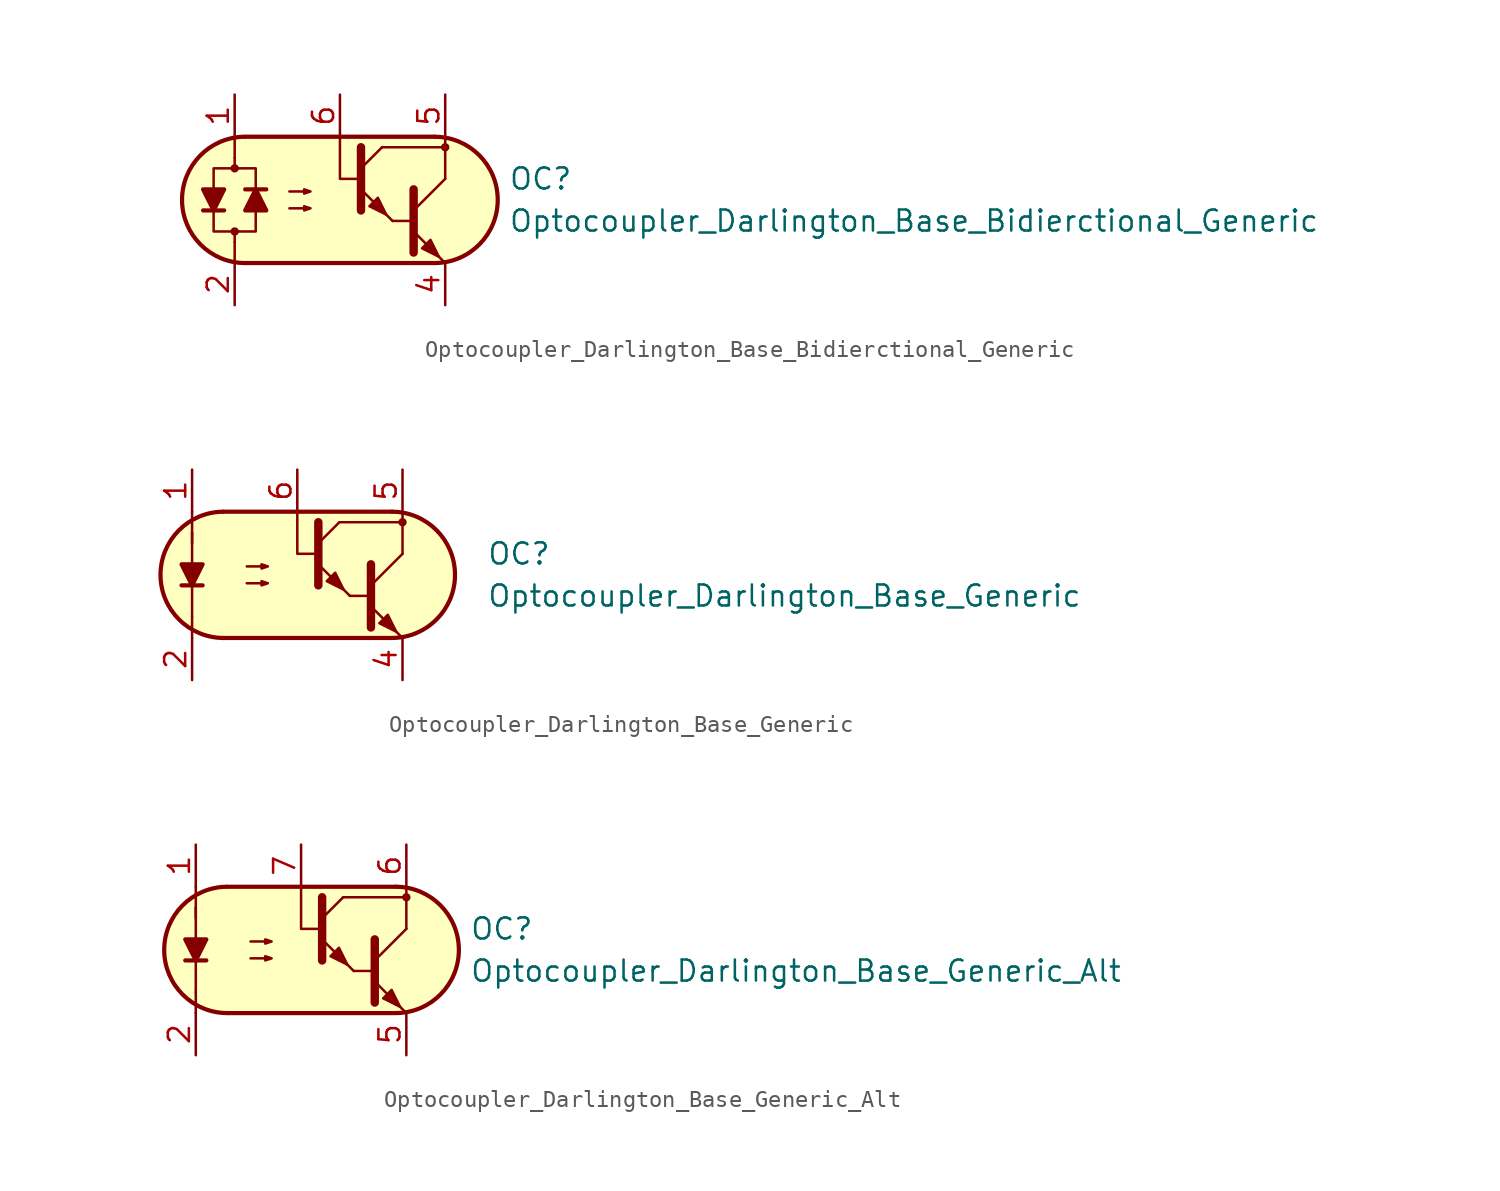
<source format=kicad_sym>
(kicad_symbol_lib
  (version 20231120)
  (generator "kicad_symbol_editor")
  (generator_version "8.0")
  (symbol "Optocoupler_Darlington_Base_Bidierctional_Generic"
    (pin_names
      (offset 1.016))
    (property "Reference" "OC"
      (at 10.16 1.27 0)
      (effects (font (size 1.27 1.27)) (justify left)))
    (property "Value" "Optocoupler_Darlington_Base_Bidierctional_Generic"
      (at 10.16 -1.27 0)
      (effects (font (size 1.27 1.27)) (justify left)))
    (symbol "Optocoupler_Darlington_Base_Bidierctional_Generic_0_1"
      (arc (start -5.7535 3.8099) (mid -9.5251 -0.016) (end -5.7216 -3.8101) (stroke (width 0.254) (type default)) (fill (type none)))
      (polyline (pts (xy -6.35 -2.54) (xy -6.35 -3.81)) (stroke (width 0.152) (type default)) (fill (type none)))
      (polyline (pts (xy -6.35 1.905) (xy -6.35 2.54)) (stroke (width 0.152) (type default)) (fill (type none)))
      (polyline (pts (xy -6.35 2.54) (xy -6.35 3.81)) (stroke (width 0.152) (type default)) (fill (type none)))
      (polyline (pts (xy -5.715 -3.81) (xy 5.715 -3.81)) (stroke (width 0.254) (type default)) (fill (type none)))
      (polyline (pts (xy 2.54 3.175) (xy 6.35 3.175)) (stroke (width 0.152) (type default)) (fill (type none)))
      (polyline (pts (xy 3.175 -1.27) (xy 4.445 -1.27)) (stroke (width 0) (type default)) (fill (type none)))
      (polyline (pts (xy 4.445 -0.635) (xy 6.35 1.27)) (stroke (width 0) (type default)) (fill (type none)))
      (polyline (pts (xy 5.715 3.81) (xy -5.715 3.81)) (stroke (width 0.254) (type default)) (fill (type none)))
      (polyline (pts (xy 6.35 -3.81) (xy 4.445 -1.905)) (stroke (width 0) (type default)) (fill (type outline)))
      (polyline (pts (xy 6.35 1.27) (xy 6.35 3.81)) (stroke (width 0.152) (type default)) (fill (type none)))
      (polyline (pts (xy 1.27 1.27) (xy 0 1.27) (xy 0 3.81)) (stroke (width 0.152) (type default)) (fill (type none)))
      (polyline (pts (xy 4.445 0.635) (xy 4.445 -3.175) (xy 4.445 -3.175)) (stroke (width 0.508) (type default)) (fill (type none)))
      (polyline (pts (xy -3.048 -0.508) (xy -1.778 -0.508) (xy -2.159 -0.635) (xy -2.159 -0.381) (xy -1.778 -0.508)) (stroke (width 0) (type default)) (fill (type none)))
      (polyline (pts (xy -3.048 0.508) (xy -1.778 0.508) (xy -2.159 0.381) (xy -2.159 0.635) (xy -1.778 0.508)) (stroke (width 0) (type default)) (fill (type none)))
      (polyline (pts (xy 4.953 -2.921) (xy 5.461 -2.413) (xy 5.969 -3.429) (xy 4.953 -2.921) (xy 4.953 -2.921)) (stroke (width 0) (type default)) (fill (type outline)))
      (polyline (pts (xy -6.35 -2.54) (xy -6.35 -1.905) (xy -7.62 -1.905) (xy -7.62 1.905) (xy -5.08 1.905) (xy -5.08 -1.905) (xy -6.35 -1.905)) (stroke (width 0.152) (type default)) (fill (type none)))
      (polyline (pts (xy 5.715 3.81) (xy -5.842 3.81) (xy -6.731 3.683) (xy -7.62 3.302) (xy -8.509 2.54) (xy -9.017 1.905) (xy -9.398 1.016) (xy -9.525 0) (xy -9.398 -1.016) (xy -9.017 -1.905) (xy -8.382 -2.667) (xy -7.747 -3.175) (xy -6.985 -3.556) (xy -6.096 -3.81) (xy 6.096 -3.81) (xy 7.112 -3.556) (xy 8.128 -2.921) (xy 8.89 -2.159) (xy 9.271 -1.397) (xy 9.525 -0.127) (xy 9.398 0.889) (xy 9.144 1.651) (xy 8.763 2.286) (xy 8.255 2.794) (xy 7.62 3.302) (xy 6.731 3.683) (xy 5.715 3.81)) (stroke (width 0.01) (type default)) (fill (type background)))
      (arc (start 5.7469 -3.81) (mid 9.5185 0.0159) (end 5.715 3.81) (stroke (width 0.254) (type default)) (fill (type none))))
    (symbol "Optocoupler_Darlington_Base_Bidierctional_Generic_1_1"
      (circle (center -6.35 -1.905) (radius 0.178) (stroke (width 0) (type default)) (fill (type outline)))
      (circle (center -6.35 1.905) (radius 0.178) (stroke (width 0) (type default)) (fill (type outline)))
      (polyline (pts (xy -8.255 -0.635) (xy -6.985 -0.635)) (stroke (width 0.254) (type default)) (fill (type none)))
      (polyline (pts (xy -4.445 0.635) (xy -5.715 0.635)) (stroke (width 0.254) (type default)) (fill (type none)))
      (polyline (pts (xy 1.27 1.905) (xy 2.54 3.175)) (stroke (width 0) (type default)) (fill (type none)))
      (polyline (pts (xy 3.175 -1.27) (xy 1.27 0.635)) (stroke (width 0) (type default)) (fill (type outline)))
      (polyline (pts (xy 1.27 3.175) (xy 1.27 -0.635) (xy 1.27 -0.635)) (stroke (width 0.508) (type default)) (fill (type none)))
      (polyline (pts (xy -7.62 -0.635) (xy -8.255 0.635) (xy -6.985 0.635) (xy -7.62 -0.635)) (stroke (width 0.254) (type default)) (fill (type outline)))
      (polyline (pts (xy -5.08 0.635) (xy -4.445 -0.635) (xy -5.715 -0.635) (xy -5.08 0.635)) (stroke (width 0.254) (type default)) (fill (type outline)))
      (polyline (pts (xy 1.778 -0.381) (xy 2.286 0.127) (xy 2.794 -0.889) (xy 1.778 -0.381) (xy 1.778 -0.381)) (stroke (width 0) (type default)) (fill (type outline)))
      (circle (center 6.35 3.175) (radius 0.178) (stroke (width 0) (type default)) (fill (type outline)))
      (pin passive line (at -6.35 6.35 270) (length 2.54) (name "~" (effects (font (size 1.27 1.27)))) (number "1" (effects (font (size 1.27 1.27)))))
      (pin passive line (at -6.35 -6.35 90) (length 2.54) (name "~" (effects (font (size 1.27 1.27)))) (number "2" (effects (font (size 1.27 1.27)))))
      (pin free line (at 0 0 0) (length 2.54) hide (name "NC" (effects (font (size 1.27 1.27)))) (number "3" (effects (font (size 1.27 1.27)))))
      (pin passive line (at 6.35 -6.35 90) (length 2.54) (name "~" (effects (font (size 1.27 1.27)))) (number "4" (effects (font (size 1.27 1.27)))))
      (pin passive line (at 6.35 6.35 270) (length 2.54) (name "~" (effects (font (size 1.27 1.27)))) (number "5" (effects (font (size 1.27 1.27)))))
      (pin passive line (at 0 6.35 270) (length 2.54) (name "~" (effects (font (size 1.27 1.27)))) (number "6" (effects (font (size 1.27 1.27)))))))
  (symbol "Optocoupler_Darlington_Base_Generic"
    (pin_names
      (offset 1.016))
    (property "Reference" "OC"
      (at 11.43 1.27 0)
      (effects (font (size 1.27 1.27)) (justify left)))
    (property "Value" "Optocoupler_Darlington_Base_Generic"
      (at 11.43 -1.27 0)
      (effects (font (size 1.27 1.27)) (justify left)))
    (symbol "Optocoupler_Darlington_Base_Generic_0_1"
      (arc (start -4.4835 3.8099) (mid -8.2551 -0.016) (end -4.4516 -3.8101) (stroke (width 0.254) (type default)) (fill (type none)))
      (polyline (pts (xy -6.35 -2.54) (xy -6.35 -3.81)) (stroke (width 0.152) (type default)) (fill (type none)))
      (polyline (pts (xy -6.35 -2.54) (xy -6.35 2.54)) (stroke (width 0.152) (type default)) (fill (type none)))
      (polyline (pts (xy -6.35 1.905) (xy -6.35 2.54)) (stroke (width 0.152) (type default)) (fill (type none)))
      (polyline (pts (xy -6.35 2.54) (xy -6.35 3.81)) (stroke (width 0.152) (type default)) (fill (type none)))
      (polyline (pts (xy -4.445 -3.81) (xy 5.715 -3.81)) (stroke (width 0.254) (type default)) (fill (type none)))
      (polyline (pts (xy 2.54 3.175) (xy 6.35 3.175)) (stroke (width 0.152) (type default)) (fill (type none)))
      (polyline (pts (xy 3.175 -1.27) (xy 4.445 -1.27)) (stroke (width 0) (type default)) (fill (type none)))
      (polyline (pts (xy 4.445 -0.635) (xy 6.35 1.27)) (stroke (width 0) (type default)) (fill (type none)))
      (polyline (pts (xy 5.715 3.81) (xy -4.445 3.81)) (stroke (width 0.254) (type default)) (fill (type none)))
      (polyline (pts (xy 6.35 -3.81) (xy 4.445 -1.905)) (stroke (width 0) (type default)) (fill (type outline)))
      (polyline (pts (xy 6.35 1.27) (xy 6.35 3.81)) (stroke (width 0.152) (type default)) (fill (type none)))
      (polyline (pts (xy 1.27 1.27) (xy 0 1.27) (xy 0 3.81)) (stroke (width 0.152) (type default)) (fill (type none)))
      (polyline (pts (xy 4.445 0.635) (xy 4.445 -3.175) (xy 4.445 -3.175)) (stroke (width 0.508) (type default)) (fill (type none)))
      (polyline (pts (xy -3.048 -0.508) (xy -1.778 -0.508) (xy -2.159 -0.635) (xy -2.159 -0.381) (xy -1.778 -0.508)) (stroke (width 0) (type default)) (fill (type none)))
      (polyline (pts (xy -3.048 0.508) (xy -1.778 0.508) (xy -2.159 0.381) (xy -2.159 0.635) (xy -1.778 0.508)) (stroke (width 0) (type default)) (fill (type none)))
      (polyline (pts (xy 4.953 -2.921) (xy 5.461 -2.413) (xy 5.969 -3.429) (xy 4.953 -2.921) (xy 4.953 -2.921)) (stroke (width 0) (type default)) (fill (type outline)))
      (polyline (pts (xy 5.715 3.81) (xy -4.572 3.81) (xy -5.461 3.683) (xy -6.096 3.429) (xy -6.858 2.921) (xy -7.493 2.286) (xy -8.001 1.524) (xy -8.255 0.508) (xy -8.255 -0.254) (xy -8.128 -1.143) (xy -7.62 -2.032) (xy -6.985 -2.794) (xy -6.096 -3.429) (xy -4.572 -3.81) (xy 6.096 -3.81) (xy 7.112 -3.556) (xy 8.128 -2.921) (xy 8.89 -2.159) (xy 9.271 -1.397) (xy 9.525 -0.127) (xy 9.398 0.889) (xy 9.144 1.651) (xy 8.763 2.286) (xy 8.255 2.794) (xy 7.62 3.302) (xy 6.731 3.683) (xy 5.715 3.81)) (stroke (width 0.01) (type default)) (fill (type background)))
      (arc (start 5.7469 -3.81) (mid 9.5185 0.0159) (end 5.715 3.81) (stroke (width 0.254) (type default)) (fill (type none))))
    (symbol "Optocoupler_Darlington_Base_Generic_1_1"
      (polyline (pts (xy -6.985 -0.635) (xy -5.715 -0.635)) (stroke (width 0.254) (type default)) (fill (type none)))
      (polyline (pts (xy 1.27 1.905) (xy 2.54 3.175)) (stroke (width 0) (type default)) (fill (type none)))
      (polyline (pts (xy 3.175 -1.27) (xy 1.27 0.635)) (stroke (width 0) (type default)) (fill (type outline)))
      (polyline (pts (xy 1.27 3.175) (xy 1.27 -0.635) (xy 1.27 -0.635)) (stroke (width 0.508) (type default)) (fill (type none)))
      (polyline (pts (xy -6.35 -0.635) (xy -6.985 0.635) (xy -5.715 0.635) (xy -6.35 -0.635)) (stroke (width 0.254) (type default)) (fill (type outline)))
      (polyline (pts (xy 1.778 -0.381) (xy 2.286 0.127) (xy 2.794 -0.889) (xy 1.778 -0.381) (xy 1.778 -0.381)) (stroke (width 0) (type default)) (fill (type outline)))
      (circle (center 6.35 3.175) (radius 0.178) (stroke (width 0) (type default)) (fill (type outline)))
      (pin passive line (at -6.35 6.35 270) (length 2.54) (name "~" (effects (font (size 1.27 1.27)))) (number "1" (effects (font (size 1.27 1.27)))))
      (pin passive line (at -6.35 -6.35 90) (length 2.54) (name "~" (effects (font (size 1.27 1.27)))) (number "2" (effects (font (size 1.27 1.27)))))
      (pin free line (at 0 0 0) (length 2.54) hide (name "NC" (effects (font (size 1.27 1.27)))) (number "3" (effects (font (size 1.27 1.27)))))
      (pin passive line (at 6.35 -6.35 90) (length 2.54) (name "~" (effects (font (size 1.27 1.27)))) (number "4" (effects (font (size 1.27 1.27)))))
      (pin passive line (at 6.35 6.35 270) (length 2.54) (name "~" (effects (font (size 1.27 1.27)))) (number "5" (effects (font (size 1.27 1.27)))))
      (pin passive line (at 0 6.35 270) (length 2.54) (name "~" (effects (font (size 1.27 1.27)))) (number "6" (effects (font (size 1.27 1.27)))))))
  (symbol "Optocoupler_Darlington_Base_Generic_Alt"
    (pin_names
      (offset 1.016))
    (property "Reference" "OC"
      (at 10.16 1.27 0)
      (effects (font (size 1.27 1.27)) (justify left)))
    (property "Value" "Optocoupler_Darlington_Base_Generic_Alt"
      (at 10.16 -1.27 0)
      (effects (font (size 1.27 1.27)) (justify left)))
    (symbol "Optocoupler_Darlington_Base_Generic_Alt_0_1"
      (arc (start -4.4835 3.8099) (mid -8.2551 -0.016) (end -4.4516 -3.8101) (stroke (width 0.254) (type default)) (fill (type none)))
      (polyline (pts (xy -6.35 -2.54) (xy -6.35 -3.81)) (stroke (width 0.152) (type default)) (fill (type none)))
      (polyline (pts (xy -6.35 -2.54) (xy -6.35 2.54)) (stroke (width 0.152) (type default)) (fill (type none)))
      (polyline (pts (xy -6.35 1.905) (xy -6.35 2.54)) (stroke (width 0.152) (type default)) (fill (type none)))
      (polyline (pts (xy -6.35 2.54) (xy -6.35 3.81)) (stroke (width 0.152) (type default)) (fill (type none)))
      (polyline (pts (xy -4.445 -3.81) (xy 5.715 -3.81)) (stroke (width 0.254) (type default)) (fill (type none)))
      (polyline (pts (xy 2.54 3.175) (xy 6.35 3.175)) (stroke (width 0.152) (type default)) (fill (type none)))
      (polyline (pts (xy 3.175 -1.27) (xy 4.445 -1.27)) (stroke (width 0) (type default)) (fill (type none)))
      (polyline (pts (xy 4.445 -0.635) (xy 6.35 1.27)) (stroke (width 0) (type default)) (fill (type none)))
      (polyline (pts (xy 5.715 3.81) (xy -4.445 3.81)) (stroke (width 0.254) (type default)) (fill (type none)))
      (polyline (pts (xy 6.35 -3.81) (xy 4.445 -1.905)) (stroke (width 0) (type default)) (fill (type outline)))
      (polyline (pts (xy 6.35 1.27) (xy 6.35 3.81)) (stroke (width 0.152) (type default)) (fill (type none)))
      (polyline (pts (xy 1.27 1.27) (xy 0 1.27) (xy 0 3.81)) (stroke (width 0.152) (type default)) (fill (type none)))
      (polyline (pts (xy 4.445 0.635) (xy 4.445 -3.175) (xy 4.445 -3.175)) (stroke (width 0.508) (type default)) (fill (type none)))
      (polyline (pts (xy -3.048 -0.508) (xy -1.778 -0.508) (xy -2.159 -0.635) (xy -2.159 -0.381) (xy -1.778 -0.508)) (stroke (width 0) (type default)) (fill (type none)))
      (polyline (pts (xy -3.048 0.508) (xy -1.778 0.508) (xy -2.159 0.381) (xy -2.159 0.635) (xy -1.778 0.508)) (stroke (width 0) (type default)) (fill (type none)))
      (polyline (pts (xy 4.953 -2.921) (xy 5.461 -2.413) (xy 5.969 -3.429) (xy 4.953 -2.921) (xy 4.953 -2.921)) (stroke (width 0) (type default)) (fill (type outline)))
      (polyline (pts (xy 5.715 3.81) (xy -4.572 3.81) (xy -5.461 3.683) (xy -6.096 3.429) (xy -6.858 2.921) (xy -7.493 2.286) (xy -8.001 1.524) (xy -8.255 0.508) (xy -8.255 -0.254) (xy -8.128 -1.143) (xy -7.62 -2.032) (xy -6.985 -2.794) (xy -6.096 -3.429) (xy -4.572 -3.81) (xy 6.096 -3.81) (xy 7.112 -3.556) (xy 8.128 -2.921) (xy 8.89 -2.159) (xy 9.271 -1.397) (xy 9.525 -0.127) (xy 9.398 0.889) (xy 9.144 1.651) (xy 8.763 2.286) (xy 8.255 2.794) (xy 7.62 3.302) (xy 6.731 3.683) (xy 5.715 3.81)) (stroke (width 0.01) (type default)) (fill (type background)))
      (arc (start 5.7469 -3.81) (mid 9.5185 0.0159) (end 5.715 3.81) (stroke (width 0.254) (type default)) (fill (type none))))
    (symbol "Optocoupler_Darlington_Base_Generic_Alt_1_1"
      (polyline (pts (xy -6.985 -0.635) (xy -5.715 -0.635)) (stroke (width 0.254) (type default)) (fill (type none)))
      (polyline (pts (xy 1.27 1.905) (xy 2.54 3.175)) (stroke (width 0) (type default)) (fill (type none)))
      (polyline (pts (xy 3.175 -1.27) (xy 1.27 0.635)) (stroke (width 0) (type default)) (fill (type outline)))
      (polyline (pts (xy 1.27 3.175) (xy 1.27 -0.635) (xy 1.27 -0.635)) (stroke (width 0.508) (type default)) (fill (type none)))
      (polyline (pts (xy -6.35 -0.635) (xy -6.985 0.635) (xy -5.715 0.635) (xy -6.35 -0.635)) (stroke (width 0.254) (type default)) (fill (type outline)))
      (polyline (pts (xy 1.778 -0.381) (xy 2.286 0.127) (xy 2.794 -0.889) (xy 1.778 -0.381) (xy 1.778 -0.381)) (stroke (width 0) (type default)) (fill (type outline)))
      (circle (center 6.35 3.175) (radius 0.178) (stroke (width 0) (type default)) (fill (type outline)))
      (pin passive line (at -6.35 6.35 270) (length 2.54) (name "~" (effects (font (size 1.27 1.27)))) (number "1" (effects (font (size 1.27 1.27)))))
      (pin passive line (at -6.35 -6.35 90) (length 2.54) (name "~" (effects (font (size 1.27 1.27)))) (number "2" (effects (font (size 1.27 1.27)))))
      (pin free line (at 0 2.54 0) (length 2.54) hide (name "NC" (effects (font (size 1.27 1.27)))) (number "3" (effects (font (size 1.27 1.27)))))
      (pin free line (at 0 0 0) (length 2.54) hide (name "NC" (effects (font (size 1.27 1.27)))) (number "4" (effects (font (size 1.27 1.27)))))
      (pin passive line (at 6.35 -6.35 90) (length 2.54) (name "~" (effects (font (size 1.27 1.27)))) (number "5" (effects (font (size 1.27 1.27)))))
      (pin passive line (at 6.35 6.35 270) (length 2.54) (name "~" (effects (font (size 1.27 1.27)))) (number "6" (effects (font (size 1.27 1.27)))))
      (pin passive line (at 0 6.35 270) (length 2.54) (name "~" (effects (font (size 1.27 1.27)))) (number "7" (effects (font (size 1.27 1.27)))))
      (pin free line (at 0 -2.54 0) (length 2.54) hide (name "NC" (effects (font (size 1.27 1.27)))) (number "8" (effects (font (size 1.27 1.27))))))))
</source>
